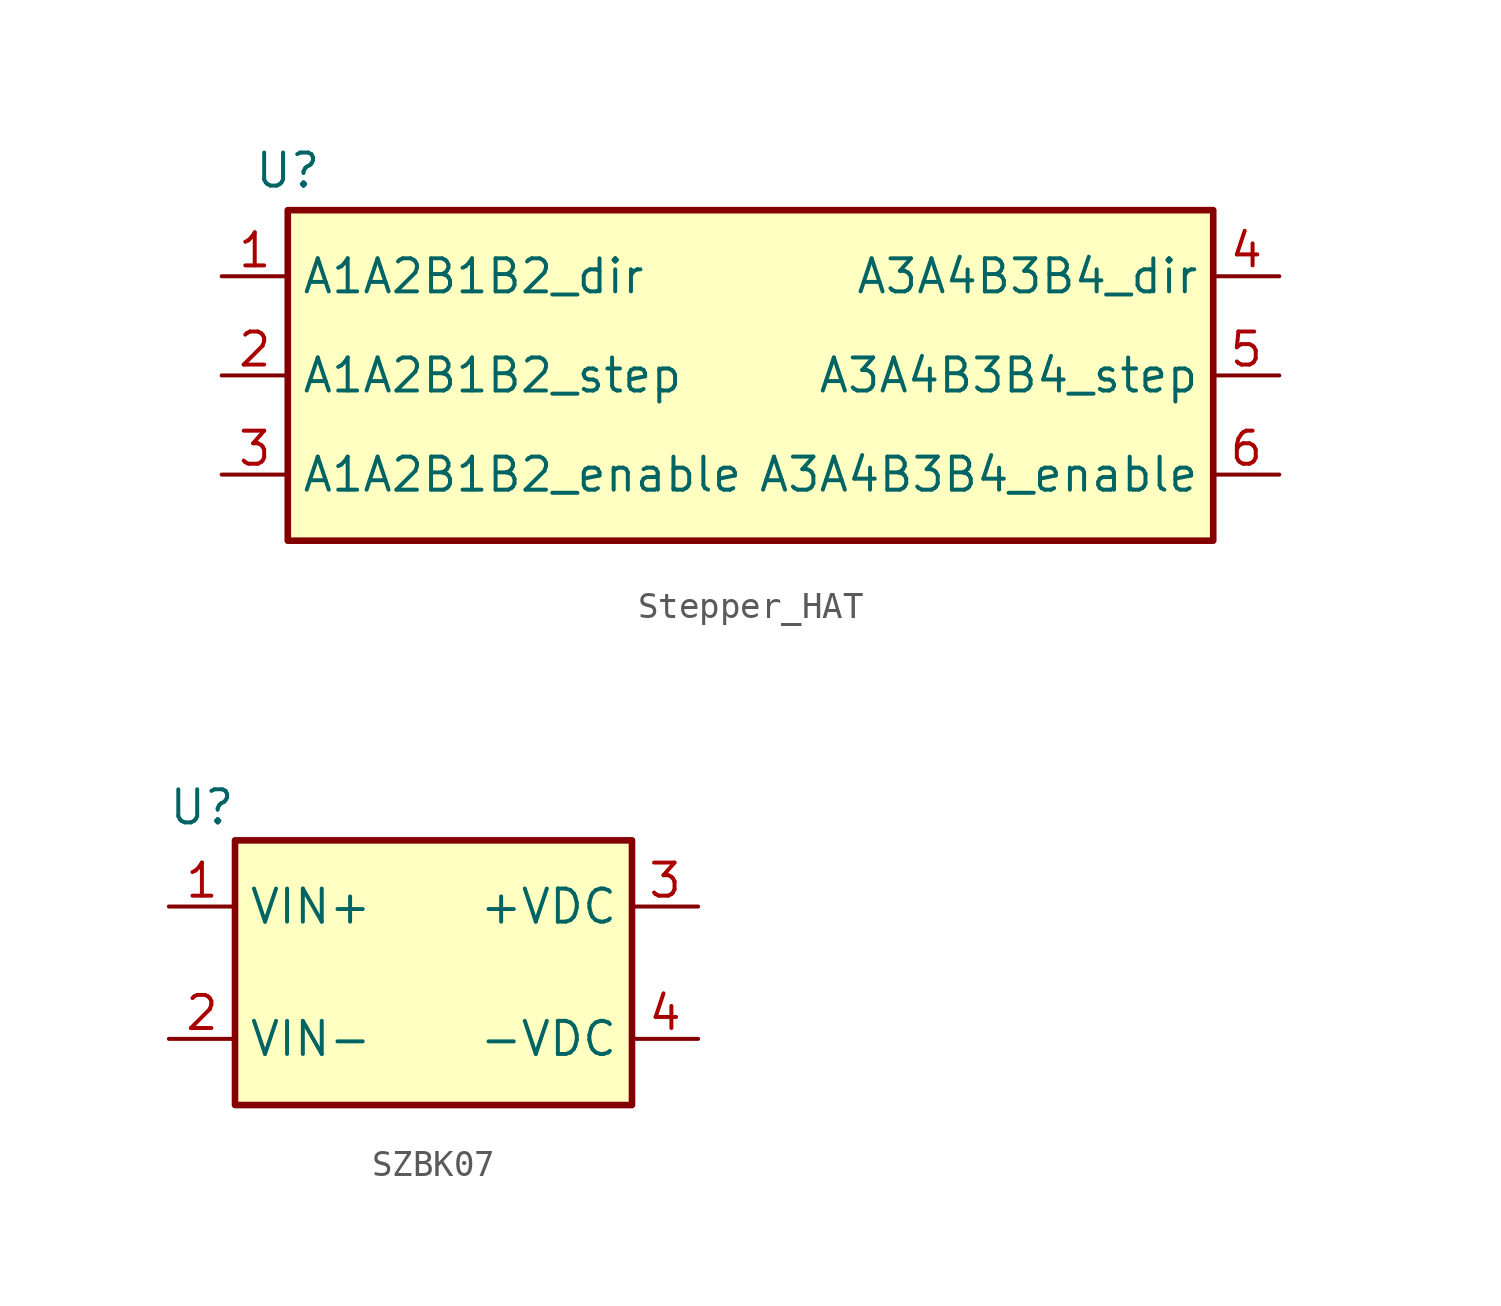
<source format=kicad_sym>
(kicad_symbol_lib
  (version 20231120)
  (generator "kicad_symbol_editor")
  (generator_version "8.0")
  (symbol "Stepper_HAT"
    (property "Reference" "U"
      (at 0 1.524 0)
      (effects (font (size 1.27 1.27))))
    (property "Value" ""
      (at 0 0 0)
      (effects (font (size 1.27 1.27))))
    (symbol "Stepper_HAT_0_0"
      (rectangle (start 0 0) (end 35.56 -12.7) (stroke (width 0.254) (type default)) (fill (type background))))
    (symbol "Stepper_HAT_1_1"
      (pin input line (at -2.54 -2.54 0) (length 2.54) (name "A1A2B1B2_dir" (effects (font (size 1.27 1.27)))) (number "1" (effects (font (size 1.27 1.27)))))
      (pin input line (at -2.54 -6.35 0) (length 2.54) (name "A1A2B1B2_step" (effects (font (size 1.27 1.27)))) (number "2" (effects (font (size 1.27 1.27)))))
      (pin input line (at -2.54 -10.16 0) (length 2.54) (name "A1A2B1B2_enable" (effects (font (size 1.27 1.27)))) (number "3" (effects (font (size 1.27 1.27)))))
      (pin input line (at 38.1 -2.54 180) (length 2.54) (name "A3A4B3B4_dir" (effects (font (size 1.27 1.27)))) (number "4" (effects (font (size 1.27 1.27)))))
      (pin input line (at 38.1 -6.35 180) (length 2.54) (name "A3A4B3B4_step" (effects (font (size 1.27 1.27)))) (number "5" (effects (font (size 1.27 1.27)))))
      (pin input line (at 38.1 -10.16 180) (length 2.54) (name "A3A4B3B4_enable" (effects (font (size 1.27 1.27)))) (number "6" (effects (font (size 1.27 1.27)))))))
  (symbol "SZBK07"
    (property "Reference" "U"
      (at 0 0 0)
      (effects (font (size 1.27 1.27))))
    (property "Value" ""
      (at 0 0 0)
      (effects (font (size 1.27 1.27))))
    (symbol "SZBK07_0_1"
      (rectangle (start 1.27 -1.27) (end 16.51 -11.43) (stroke (width 0.254) (type default)) (fill (type background))))
    (symbol "SZBK07_1_1"
      (pin power_in line (at -1.27 -3.81 0) (length 2.54) (name "VIN+" (effects (font (size 1.27 1.27)))) (number "1" (effects (font (size 1.27 1.27)))))
      (pin power_in line (at -1.27 -8.89 0) (length 2.54) (name "VIN-" (effects (font (size 1.27 1.27)))) (number "2" (effects (font (size 1.27 1.27)))))
      (pin power_out line (at 19.05 -3.81 180) (length 2.54) (name "+VDC" (effects (font (size 1.27 1.27)))) (number "3" (effects (font (size 1.27 1.27)))))
      (pin power_out line (at 19.05 -8.89 180) (length 2.54) (name "-VDC" (effects (font (size 1.27 1.27)))) (number "4" (effects (font (size 1.27 1.27))))))))
</source>
